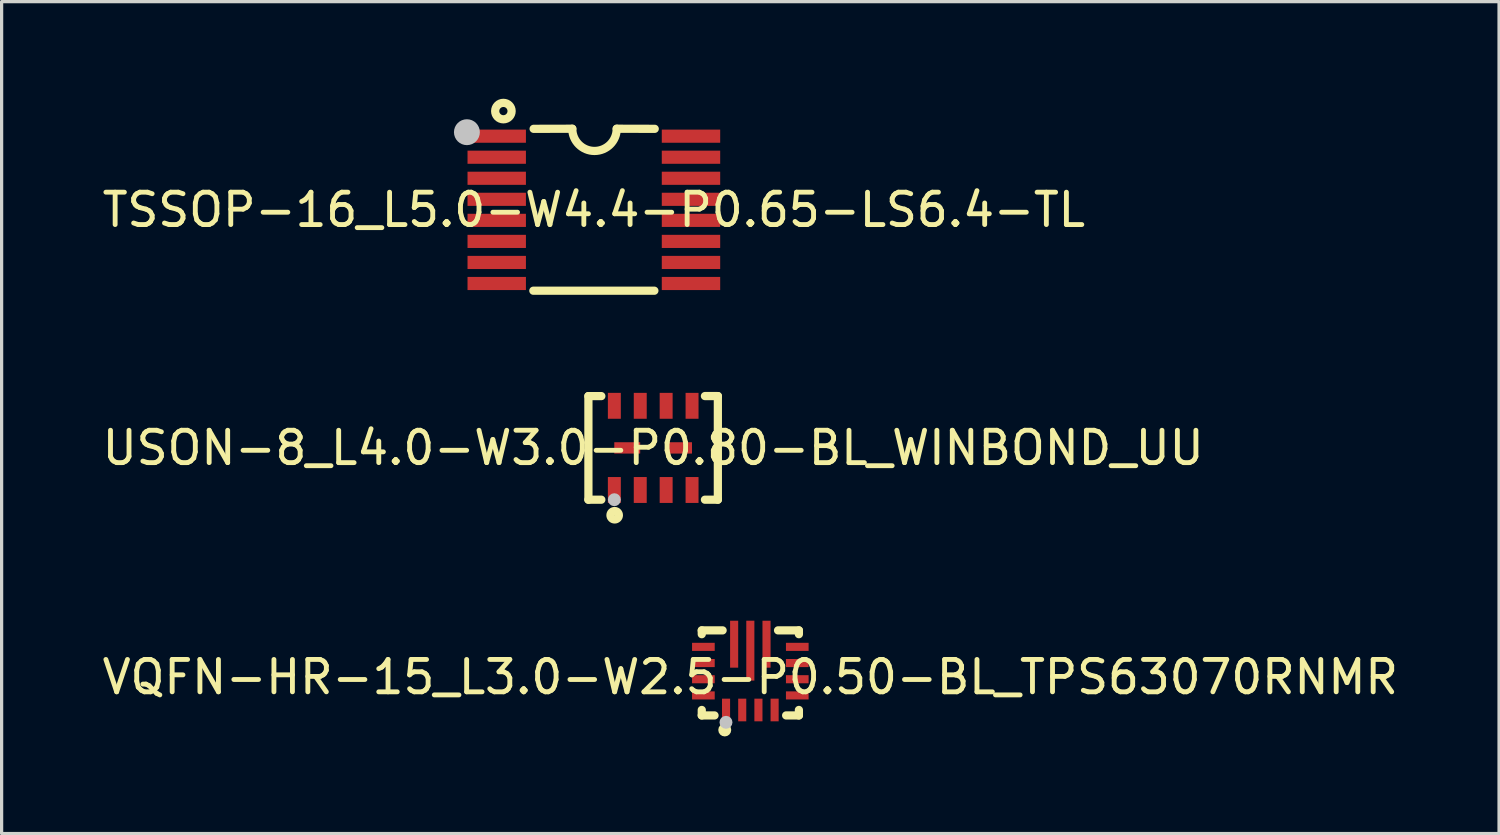
<source format=kicad_pcb>
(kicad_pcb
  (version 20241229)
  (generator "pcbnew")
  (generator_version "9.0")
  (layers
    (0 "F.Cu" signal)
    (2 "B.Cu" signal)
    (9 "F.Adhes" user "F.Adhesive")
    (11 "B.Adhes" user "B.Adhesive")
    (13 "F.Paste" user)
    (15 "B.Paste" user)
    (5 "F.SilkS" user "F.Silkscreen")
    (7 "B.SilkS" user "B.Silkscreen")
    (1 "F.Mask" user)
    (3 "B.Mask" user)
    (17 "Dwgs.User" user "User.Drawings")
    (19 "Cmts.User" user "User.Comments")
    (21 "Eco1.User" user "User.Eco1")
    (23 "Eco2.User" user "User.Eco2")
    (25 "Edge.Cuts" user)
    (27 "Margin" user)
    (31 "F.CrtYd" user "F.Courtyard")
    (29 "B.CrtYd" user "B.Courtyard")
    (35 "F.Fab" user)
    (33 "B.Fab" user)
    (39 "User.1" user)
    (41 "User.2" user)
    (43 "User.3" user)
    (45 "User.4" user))
  (footprint "USON-8_L4.0-W3.0-P0.80-BL_WINBOND_UU"
    (layer "F.Cu")
    (at 17.125 10.784)
    (property "Reference" "USON-8_L4.0-W3.0-P0.80-BL_WINBOND_UU" (at 0 0 0) (layer "F.SilkS") (effects (font (size 1 1) (thickness 0.15))))
    (fp_line (start -2.002 -1.6) (end -1.602 -1.6) (stroke (width 0.254) (type default)) (layer "F.SilkS"))
    (fp_line (start -2.002 1.6) (end -1.602 1.6) (stroke (width 0.254) (type default)) (layer "F.SilkS"))
    (fp_line (start -2.001 -1.601) (end -2.001 1.6) (stroke (width 0.254) (type default)) (layer "F.SilkS"))
    (fp_line (start 1.997 -1.601) (end 1.598 -1.601) (stroke (width 0.254) (type default)) (layer "F.SilkS"))
    (fp_line (start 1.997 1.6) (end 1.598 1.6) (stroke (width 0.254) (type default)) (layer "F.SilkS"))
    (fp_line (start 1.997 1.6) (end 1.997 -1.601) (stroke (width 0.254) (type default)) (layer "F.SilkS"))
    (fp_circle (center -1.19 2.08) (end -1.06 2.08) (stroke (width 0.254) (type default)) (fill no) (layer "F.SilkS"))
    (fp_circle (center -1.2 1.6) (end -1.1 1.6) (stroke (width 0.2) (type default)) (fill no) (layer "Dwgs.User"))
    (fp_poly (pts (xy -1.35 -1.5) (xy -1.05 -1.5) (xy -1.05 -0.9) (xy -1.35 -0.9)) (stroke (width 0.1) (type default)) (fill no) (layer "User.1"))
    (fp_poly (pts (xy -1.35 0.9) (xy -1.05 0.9) (xy -1.05 1.5) (xy -1.35 1.5)) (stroke (width 0.1) (type default)) (fill no) (layer "User.1"))
    (fp_poly (pts (xy -0.55 -1.5) (xy -0.25 -1.5) (xy -0.25 -0.9) (xy -0.55 -0.9)) (stroke (width 0.1) (type default)) (fill no) (layer "User.1"))
    (fp_poly (pts (xy -0.55 0.9) (xy -0.25 0.9) (xy -0.25 1.5) (xy -0.55 1.5)) (stroke (width 0.1) (type default)) (fill no) (layer "User.1"))
    (fp_poly (pts (xy -0.402 -0.1) (xy -0.402 0.1) (xy -1.202 0.1) (xy -1.202 -0.1)) (stroke (width 0.1) (type default)) (fill no) (layer "User.1"))
    (fp_poly (pts (xy 0.25 -1.5) (xy 0.55 -1.5) (xy 0.55 -0.9) (xy 0.25 -0.9)) (stroke (width 0.1) (type default)) (fill no) (layer "User.1"))
    (fp_poly (pts (xy 0.25 0.9) (xy 0.55 0.9) (xy 0.55 1.5) (xy 0.25 1.5)) (stroke (width 0.1) (type default)) (fill no) (layer "User.1"))
    (fp_poly (pts (xy 1.05 -1.5) (xy 1.35 -1.5) (xy 1.35 -0.9) (xy 1.05 -0.9)) (stroke (width 0.1) (type default)) (fill no) (layer "User.1"))
    (fp_poly (pts (xy 1.05 0.9) (xy 1.35 0.9) (xy 1.35 1.5) (xy 1.05 1.5)) (stroke (width 0.1) (type default)) (fill no) (layer "User.1"))
    (fp_poly (pts (xy 1.198 -0.1) (xy 1.198 0.1) (xy 0.398 0.1) (xy 0.398 -0.1)) (stroke (width 0.1) (type default)) (fill no) (layer "User.1"))
    (fp_line (start -2 -1.5) (end 2 -1.5) (stroke (width 0.051) (type default)) (layer "User.2"))
    (fp_line (start -2 1.5) (end -2 -1.5) (stroke (width 0.051) (type default)) (layer "User.2"))
    (fp_line (start 2 -1.5) (end 2 1.5) (stroke (width 0.051) (type default)) (layer "User.2"))
    (fp_line (start 2 1.5) (end -2 1.5) (stroke (width 0.051) (type default)) (layer "User.2"))
    (fp_poly (pts (xy -1.945 1.477) (xy -1.977 1.445) (xy -2.023 1.445) (xy -2.055 1.477) (xy -2.055 1.523) (xy -2.023 1.555) (xy -1.977 1.555) (xy -1.945 1.523)) (stroke (width 0.1) (type default)) (fill no) (layer "User.3"))
    (pad "1" smd rect (at -1.2 1.3) (size 0.4 0.8) (layers "F.Cu" "F.Mask" "F.Paste"))
    (pad "2" smd rect (at -0.4 1.3) (size 0.4 0.8) (layers "F.Cu" "F.Mask" "F.Paste"))
    (pad "3" smd rect (at 0.4 1.3) (size 0.4 0.8) (layers "F.Cu" "F.Mask" "F.Paste"))
    (pad "4" smd rect (at 1.2 1.3) (size 0.4 0.8) (layers "F.Cu" "F.Mask" "F.Paste"))
    (pad "5" smd rect (at 1.2 -1.3) (size 0.4 0.8) (layers "F.Cu" "F.Mask" "F.Paste"))
    (pad "6" smd rect (at 0.4 -1.3) (size 0.4 0.8) (layers "F.Cu" "F.Mask" "F.Paste"))
    (pad "7" smd rect (at -0.4 -1.3) (size 0.4 0.8) (layers "F.Cu" "F.Mask" "F.Paste"))
    (pad "8" smd rect (at -1.2 -1.3) (size 0.4 0.8) (layers "F.Cu" "F.Mask" "F.Paste"))
    (pad "9" smd rect (at -0.802 0 90) (size 0.35 0.8) (layers "F.Cu" "F.Mask" "F.Paste"))
    (pad "10" smd rect (at 0.798 0 90) (size 0.35 0.8) (layers "F.Cu" "F.Mask" "F.Paste")))
  (footprint "VQFN-HR-15_L3.0-W2.5-P0.50-BL_TPS63070RNMR"
    (layer "F.Cu")
    (at 20.125 17.863)
    (property "Reference" "VQFN-HR-15_L3.0-W2.5-P0.50-BL_TPS63070RNMR" (at 0 0 0) (layer "F.SilkS") (effects (font (size 1 1) (thickness 0.15))))
    (fp_line (start -1.5 -1.443) (end -1.5 -1.325) (stroke (width 0.254) (type default)) (layer "F.SilkS"))
    (fp_line (start -1.5 1.015) (end -1.5 1.184) (stroke (width 0.254) (type default)) (layer "F.SilkS"))
    (fp_line (start -1.5 1.184) (end -1.106 1.184) (stroke (width 0.254) (type default)) (layer "F.SilkS"))
    (fp_line (start -0.856 -1.443) (end -1.5 -1.443) (stroke (width 0.254) (type default)) (layer "F.SilkS"))
    (fp_line (start 1.106 1.184) (end 1.5 1.184) (stroke (width 0.254) (type default)) (layer "F.SilkS"))
    (fp_line (start 1.5 -1.443) (end 0.856 -1.443) (stroke (width 0.254) (type default)) (layer "F.SilkS"))
    (fp_line (start 1.5 -1.325) (end 1.5 -1.443) (stroke (width 0.254) (type default)) (layer "F.SilkS"))
    (fp_line (start 1.5 1.184) (end 1.5 1.015) (stroke (width 0.254) (type default)) (layer "F.SilkS"))
    (fp_circle (center -0.79 1.633) (end -0.69 1.633) (stroke (width 0.2) (type default)) (fill no) (layer "F.SilkS"))
    (fp_circle (center -0.752 1.397) (end -0.652 1.397) (stroke (width 0.2) (type default)) (fill no) (layer "Dwgs.User"))
    (fp_poly (pts (xy -1.5 -0.809) (xy -1.5 -1.059) (xy -1.1 -1.059) (xy -1.1 -0.809)) (stroke (width 0.1) (type default)) (fill no) (layer "User.1"))
    (fp_poly (pts (xy -1.5 -0.309) (xy -1.5 -0.559) (xy -1.1 -0.559) (xy -1.1 -0.309)) (stroke (width 0.1) (type default)) (fill no) (layer "User.1"))
    (fp_poly (pts (xy -1.5 0.191) (xy -1.5 -0.059) (xy -1.1 -0.059) (xy -1.1 0.191)) (stroke (width 0.1) (type default)) (fill no) (layer "User.1"))
    (fp_poly (pts (xy -1.5 0.691) (xy -1.5 0.441) (xy -1.1 0.441) (xy -1.1 0.691)) (stroke (width 0.1) (type default)) (fill no) (layer "User.1"))
    (fp_poly (pts (xy -0.625 -1.433) (xy -0.375 -1.433) (xy -0.375 -0.283) (xy -0.625 -0.283)) (stroke (width 0.1) (type default)) (fill no) (layer "User.1"))
    (fp_poly (pts (xy -0.625 1.067) (xy -0.875 1.067) (xy -0.875 0.666) (xy -0.625 0.666)) (stroke (width 0.1) (type default)) (fill no) (layer "User.1"))
    (fp_poly (pts (xy -0.125 -1.433) (xy 0.125 -1.433) (xy 0.125 0.067) (xy -0.125 0.067)) (stroke (width 0.1) (type default)) (fill no) (layer "User.1"))
    (fp_poly (pts (xy -0.125 1.067) (xy -0.375 1.067) (xy -0.375 0.666) (xy -0.125 0.666)) (stroke (width 0.1) (type default)) (fill no) (layer "User.1"))
    (fp_poly (pts (xy 0.375 -1.433) (xy 0.625 -1.433) (xy 0.625 -0.283) (xy 0.375 -0.283)) (stroke (width 0.1) (type default)) (fill no) (layer "User.1"))
    (fp_poly (pts (xy 0.375 1.067) (xy 0.125 1.067) (xy 0.125 0.666) (xy 0.375 0.666)) (stroke (width 0.1) (type default)) (fill no) (layer "User.1"))
    (fp_poly (pts (xy 0.875 1.067) (xy 0.625 1.067) (xy 0.625 0.666) (xy 0.875 0.666)) (stroke (width 0.1) (type default)) (fill no) (layer "User.1"))
    (fp_poly (pts (xy 1.5 -1.059) (xy 1.5 -0.809) (xy 1.1 -0.809) (xy 1.1 -1.059)) (stroke (width 0.1) (type default)) (fill no) (layer "User.1"))
    (fp_poly (pts (xy 1.5 -0.559) (xy 1.5 -0.309) (xy 1.1 -0.309) (xy 1.1 -0.559)) (stroke (width 0.1) (type default)) (fill no) (layer "User.1"))
    (fp_poly (pts (xy 1.5 -0.059) (xy 1.5 0.191) (xy 1.1 0.191) (xy 1.1 -0.059)) (stroke (width 0.1) (type default)) (fill no) (layer "User.1"))
    (fp_poly (pts (xy 1.5 0.441) (xy 1.5 0.691) (xy 1.1 0.691) (xy 1.1 0.441)) (stroke (width 0.1) (type default)) (fill no) (layer "User.1"))
    (fp_line (start -1.5 -1.433) (end 1.5 -1.433) (stroke (width 0.051) (type default)) (layer "User.2"))
    (fp_line (start -1.5 1.067) (end -1.5 -1.433) (stroke (width 0.051) (type default)) (layer "User.2"))
    (fp_line (start 1.5 -1.433) (end 1.5 1.067) (stroke (width 0.051) (type default)) (layer "User.2"))
    (fp_line (start 1.5 1.067) (end -1.5 1.067) (stroke (width 0.051) (type default)) (layer "User.2"))
    (fp_poly (pts (xy -1.445 1.044) (xy -1.477 1.011) (xy -1.523 1.011) (xy -1.555 1.044) (xy -1.555 1.089) (xy -1.523 1.122) (xy -1.477 1.122) (xy -1.445 1.089)) (stroke (width 0.1) (type default)) (fill no) (layer "User.3"))
    (pad "1" smd rect (at -0.75 1.016 180) (size 0.25 0.7) (layers "F.Cu" "F.Mask" "F.Paste"))
    (pad "2" smd rect (at -0.25 1.016 180) (size 0.25 0.7) (layers "F.Cu" "F.Mask" "F.Paste"))
    (pad "3" smd rect (at 0.25 1.016 180) (size 0.25 0.7) (layers "F.Cu" "F.Mask" "F.Paste"))
    (pad "4" smd rect (at 0.75 1.016 180) (size 0.25 0.7) (layers "F.Cu" "F.Mask" "F.Paste"))
    (pad "5" smd rect (at 1.45 0.566 270) (size 0.25 0.7) (layers "F.Cu" "F.Mask" "F.Paste"))
    (pad "6" smd rect (at 1.45 0.066 270) (size 0.25 0.7) (layers "F.Cu" "F.Mask" "F.Paste"))
    (pad "7" smd rect (at 1.45 -0.434 270) (size 0.25 0.7) (layers "F.Cu" "F.Mask" "F.Paste"))
    (pad "8" smd rect (at 1.45 -0.934 270) (size 0.25 0.7) (layers "F.Cu" "F.Mask" "F.Paste"))
    (pad "9" smd rect (at 0.5 -1.016) (size 0.25 1.45) (layers "F.Cu" "F.Mask" "F.Paste"))
    (pad "10" smd rect (at 0 -0.817) (size 0.25 1.85) (layers "F.Cu" "F.Mask" "F.Paste"))
    (pad "11" smd rect (at -0.5 -1.016) (size 0.25 1.45) (layers "F.Cu" "F.Mask" "F.Paste"))
    (pad "12" smd rect (at -1.45 -0.934 90) (size 0.25 0.7) (layers "F.Cu" "F.Mask" "F.Paste"))
    (pad "13" smd rect (at -1.45 -0.434 90) (size 0.25 0.7) (layers "F.Cu" "F.Mask" "F.Paste"))
    (pad "14" smd rect (at -1.45 0.066 90) (size 0.25 0.7) (layers "F.Cu" "F.Mask" "F.Paste"))
    (pad "15" smd rect (at -1.45 0.566 90) (size 0.25 0.7) (layers "F.Cu" "F.Mask" "F.Paste")))
  (footprint "TSSOP-16_L5.0-W4.4-P0.65-LS6.4-TL"
    (layer "F.Cu")
    (at 15.292 3.431)
    (property "Reference" "TSSOP-16_L5.0-W4.4-P0.65-LS6.4-TL" (at 0 0 0) (layer "F.SilkS") (effects (font (size 1 1) (thickness 0.15))))
    (fp_line (start -1.869 2.498) (end 1.869 2.498) (stroke (width 0.254) (type default)) (layer "F.SilkS"))
    (fp_line (start -1.86 -2.502) (end -0.666 -2.505) (stroke (width 0.254) (type default)) (layer "F.SilkS"))
    (fp_line (start 0.706 -2.505) (end 1.88 -2.502) (stroke (width 0.254) (type default)) (layer "F.SilkS"))
    (fp_arc (start 0.706 -2.5045) (mid 0.02 -1.8185) (end -0.666 -2.5045) (stroke (width 0.254) (type default)) (layer "F.SilkS"))
    (fp_circle (center -2.794 -3.05) (end -2.54 -3.05) (stroke (width 0.254) (type default)) (fill no) (layer "F.SilkS"))
    (fp_circle (center -3.921 -2.398) (end -3.721 -2.398) (stroke (width 0.4) (type default)) (fill no) (layer "Dwgs.User"))
    (fp_poly (pts (xy -3.2 -2.152) (xy -3.2 -2.397) (xy -2.575 -2.397) (xy -2.575 -2.152)) (stroke (width 0.1) (type default)) (fill no) (layer "User.1"))
    (fp_poly (pts (xy -3.2 -1.502) (xy -3.2 -1.748) (xy -2.575 -1.748) (xy -2.575 -1.502)) (stroke (width 0.1) (type default)) (fill no) (layer "User.1"))
    (fp_poly (pts (xy -3.2 -0.853) (xy -3.2 -1.097) (xy -2.575 -1.097) (xy -2.575 -0.853)) (stroke (width 0.1) (type default)) (fill no) (layer "User.1"))
    (fp_poly (pts (xy -3.2 -0.203) (xy -3.2 -0.448) (xy -2.575 -0.448) (xy -2.575 -0.203)) (stroke (width 0.1) (type default)) (fill no) (layer "User.1"))
    (fp_poly (pts (xy -3.2 0.448) (xy -3.2 0.203) (xy -2.575 0.203) (xy -2.575 0.448)) (stroke (width 0.1) (type default)) (fill no) (layer "User.1"))
    (fp_poly (pts (xy -3.2 1.097) (xy -3.2 0.853) (xy -2.575 0.853) (xy -2.575 1.097)) (stroke (width 0.1) (type default)) (fill no) (layer "User.1"))
    (fp_poly (pts (xy -3.2 1.748) (xy -3.2 1.502) (xy -2.575 1.502) (xy -2.575 1.748)) (stroke (width 0.1) (type default)) (fill no) (layer "User.1"))
    (fp_poly (pts (xy -3.2 2.397) (xy -3.2 2.152) (xy -2.575 2.152) (xy -2.575 2.397)) (stroke (width 0.1) (type default)) (fill no) (layer "User.1"))
    (fp_poly (pts (xy -2.585 -2.152) (xy -2.585 -2.397) (xy -2.19 -2.397) (xy -2.19 -2.152)) (stroke (width 0.1) (type default)) (fill no) (layer "User.1"))
    (fp_poly (pts (xy -2.585 -1.502) (xy -2.585 -1.748) (xy -2.19 -1.748) (xy -2.19 -1.502)) (stroke (width 0.1) (type default)) (fill no) (layer "User.1"))
    (fp_poly (pts (xy -2.585 -0.853) (xy -2.585 -1.097) (xy -2.19 -1.097) (xy -2.19 -0.853)) (stroke (width 0.1) (type default)) (fill no) (layer "User.1"))
    (fp_poly (pts (xy -2.585 -0.203) (xy -2.585 -0.448) (xy -2.19 -0.448) (xy -2.19 -0.203)) (stroke (width 0.1) (type default)) (fill no) (layer "User.1"))
    (fp_poly (pts (xy -2.585 0.448) (xy -2.585 0.203) (xy -2.19 0.203) (xy -2.19 0.448)) (stroke (width 0.1) (type default)) (fill no) (layer "User.1"))
    (fp_poly (pts (xy -2.585 1.097) (xy -2.585 0.853) (xy -2.19 0.853) (xy -2.19 1.097)) (stroke (width 0.1) (type default)) (fill no) (layer "User.1"))
    (fp_poly (pts (xy -2.585 1.748) (xy -2.585 1.502) (xy -2.19 1.502) (xy -2.19 1.748)) (stroke (width 0.1) (type default)) (fill no) (layer "User.1"))
    (fp_poly (pts (xy -2.585 2.397) (xy -2.585 2.152) (xy -2.19 2.152) (xy -2.19 2.397)) (stroke (width 0.1) (type default)) (fill no) (layer "User.1"))
    (fp_poly (pts (xy 2.19 -2.152) (xy 2.19 -2.397) (xy 2.585 -2.397) (xy 2.585 -2.152)) (stroke (width 0.1) (type default)) (fill no) (layer "User.1"))
    (fp_poly (pts (xy 2.19 -1.502) (xy 2.19 -1.748) (xy 2.585 -1.748) (xy 2.585 -1.502)) (stroke (width 0.1) (type default)) (fill no) (layer "User.1"))
    (fp_poly (pts (xy 2.19 -0.853) (xy 2.19 -1.097) (xy 2.585 -1.097) (xy 2.585 -0.853)) (stroke (width 0.1) (type default)) (fill no) (layer "User.1"))
    (fp_poly (pts (xy 2.19 -0.203) (xy 2.19 -0.448) (xy 2.585 -0.448) (xy 2.585 -0.203)) (stroke (width 0.1) (type default)) (fill no) (layer "User.1"))
    (fp_poly (pts (xy 2.19 0.448) (xy 2.19 0.203) (xy 2.585 0.203) (xy 2.585 0.448)) (stroke (width 0.1) (type default)) (fill no) (layer "User.1"))
    (fp_poly (pts (xy 2.19 1.097) (xy 2.19 0.853) (xy 2.585 0.853) (xy 2.585 1.097)) (stroke (width 0.1) (type default)) (fill no) (layer "User.1"))
    (fp_poly (pts (xy 2.19 1.748) (xy 2.19 1.502) (xy 2.585 1.502) (xy 2.585 1.748)) (stroke (width 0.1) (type default)) (fill no) (layer "User.1"))
    (fp_poly (pts (xy 2.19 2.397) (xy 2.19 2.152) (xy 2.585 2.152) (xy 2.585 2.397)) (stroke (width 0.1) (type default)) (fill no) (layer "User.1"))
    (fp_poly (pts (xy 2.575 -2.152) (xy 2.575 -2.397) (xy 3.2 -2.397) (xy 3.2 -2.152)) (stroke (width 0.1) (type default)) (fill no) (layer "User.1"))
    (fp_poly (pts (xy 2.575 -1.502) (xy 2.575 -1.748) (xy 3.2 -1.748) (xy 3.2 -1.502)) (stroke (width 0.1) (type default)) (fill no) (layer "User.1"))
    (fp_poly (pts (xy 2.575 -0.853) (xy 2.575 -1.097) (xy 3.2 -1.097) (xy 3.2 -0.853)) (stroke (width 0.1) (type default)) (fill no) (layer "User.1"))
    (fp_poly (pts (xy 2.575 -0.203) (xy 2.575 -0.448) (xy 3.2 -0.448) (xy 3.2 -0.203)) (stroke (width 0.1) (type default)) (fill no) (layer "User.1"))
    (fp_poly (pts (xy 2.575 0.448) (xy 2.575 0.203) (xy 3.2 0.203) (xy 3.2 0.448)) (stroke (width 0.1) (type default)) (fill no) (layer "User.1"))
    (fp_poly (pts (xy 2.575 1.097) (xy 2.575 0.853) (xy 3.2 0.853) (xy 3.2 1.097)) (stroke (width 0.1) (type default)) (fill no) (layer "User.1"))
    (fp_poly (pts (xy 2.575 1.748) (xy 2.575 1.502) (xy 3.2 1.502) (xy 3.2 1.748)) (stroke (width 0.1) (type default)) (fill no) (layer "User.1"))
    (fp_poly (pts (xy 2.575 2.397) (xy 2.575 2.152) (xy 3.2 2.152) (xy 3.2 2.397)) (stroke (width 0.1) (type default)) (fill no) (layer "User.1"))
    (fp_line (start -2.2 -2.5) (end 2.2 -2.5) (stroke (width 0.051) (type default)) (layer "User.2"))
    (fp_line (start -2.2 2.5) (end -2.2 -2.5) (stroke (width 0.051) (type default)) (layer "User.2"))
    (fp_line (start 2.2 -2.5) (end 2.2 2.5) (stroke (width 0.051) (type default)) (layer "User.2"))
    (fp_line (start 2.2 2.5) (end -2.2 2.5) (stroke (width 0.051) (type default)) (layer "User.2"))
    (fp_poly (pts (xy -3.145 -2.523) (xy -3.177 -2.555) (xy -3.223 -2.555) (xy -3.255 -2.523) (xy -3.255 -2.477) (xy -3.223 -2.445) (xy -3.177 -2.445) (xy -3.145 -2.477)) (stroke (width 0.1) (type default)) (fill no) (layer "User.3"))
    (pad "1" smd rect (at -3 -2.275) (size 1.804 0.406) (layers "F.Cu" "F.Mask" "F.Paste"))
    (pad "2" smd rect (at -3 -1.625) (size 1.804 0.406) (layers "F.Cu" "F.Mask" "F.Paste"))
    (pad "3" smd rect (at -3 -0.975) (size 1.804 0.406) (layers "F.Cu" "F.Mask" "F.Paste"))
    (pad "4" smd rect (at -3 -0.325) (size 1.804 0.406) (layers "F.Cu" "F.Mask" "F.Paste"))
    (pad "5" smd rect (at -3 0.325) (size 1.804 0.406) (layers "F.Cu" "F.Mask" "F.Paste"))
    (pad "6" smd rect (at -3 0.975) (size 1.804 0.406) (layers "F.Cu" "F.Mask" "F.Paste"))
    (pad "7" smd rect (at -3 1.625) (size 1.804 0.406) (layers "F.Cu" "F.Mask" "F.Paste"))
    (pad "8" smd rect (at -3 2.275) (size 1.804 0.406) (layers "F.Cu" "F.Mask" "F.Paste"))
    (pad "9" smd rect (at 3 2.275) (size 1.804 0.406) (layers "F.Cu" "F.Mask" "F.Paste"))
    (pad "10" smd rect (at 3 1.625) (size 1.804 0.406) (layers "F.Cu" "F.Mask" "F.Paste"))
    (pad "11" smd rect (at 3 0.975) (size 1.804 0.406) (layers "F.Cu" "F.Mask" "F.Paste"))
    (pad "12" smd rect (at 3 0.325) (size 1.804 0.406) (layers "F.Cu" "F.Mask" "F.Paste"))
    (pad "13" smd rect (at 3 -0.325) (size 1.804 0.406) (layers "F.Cu" "F.Mask" "F.Paste"))
    (pad "14" smd rect (at 3 -0.975) (size 1.804 0.406) (layers "F.Cu" "F.Mask" "F.Paste"))
    (pad "15" smd rect (at 3 -1.625) (size 1.804 0.406) (layers "F.Cu" "F.Mask" "F.Paste"))
    (pad "16" smd rect (at 3 -2.275) (size 1.804 0.406) (layers "F.Cu" "F.Mask" "F.Paste")))
  (gr_rect
    (start -3 -3)
    (end 43.25 22.696)
    (stroke (width 0.1) (type default))
    (fill no)
    (layer "Edge.Cuts")))
</source>
